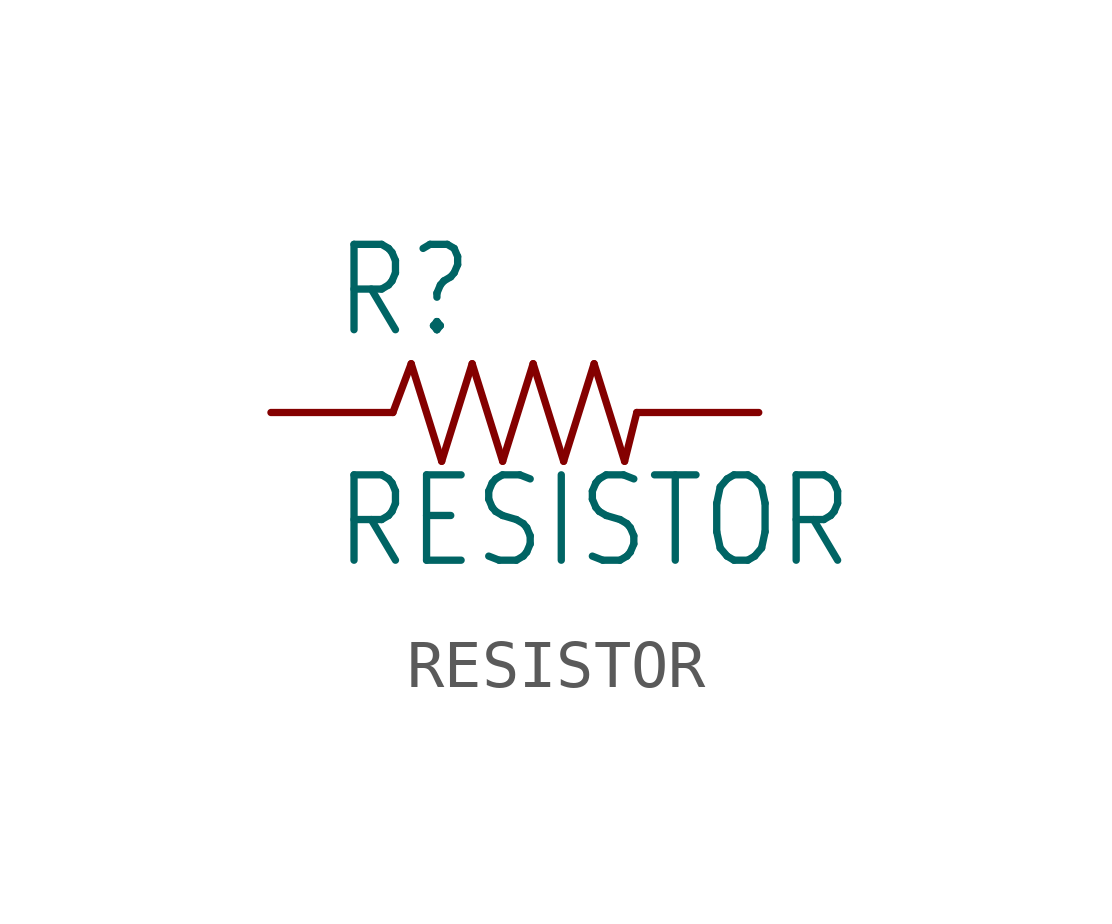
<source format=kicad_sym>
(kicad_symbol_lib
  (version 20220331)
  (generator kicad_symbol_editor)
  (symbol "RESISTOR"
    (property "Reference" "R"
      (at -3.81 1.499 0)
      (effects (font (size 1.778 1.511)) (justify left bottom)))
    (property "Value" "RESISTOR"
      (at -3.81 -3.302 0)
      (effects (font (size 1.778 1.511)) (justify left bottom)))
    (property "ki_locked" ""
      (at 0 0 0)
      (effects (font (size 1.27 1.27))))
    (symbol "RESISTOR_1_0"
      (polyline (pts (xy -2.54 0) (xy -2.159 1.016)) (stroke (width 0.152) (type solid)) (fill (type none)))
      (polyline (pts (xy -2.159 1.016) (xy -1.524 -1.016)) (stroke (width 0.152) (type solid)) (fill (type none)))
      (polyline (pts (xy -1.524 -1.016) (xy -0.889 1.016)) (stroke (width 0.152) (type solid)) (fill (type none)))
      (polyline (pts (xy -0.889 1.016) (xy -0.254 -1.016)) (stroke (width 0.152) (type solid)) (fill (type none)))
      (polyline (pts (xy -0.254 -1.016) (xy 0.381 1.016)) (stroke (width 0.152) (type solid)) (fill (type none)))
      (polyline (pts (xy 0.381 1.016) (xy 1.016 -1.016)) (stroke (width 0.152) (type solid)) (fill (type none)))
      (polyline (pts (xy 1.016 -1.016) (xy 1.651 1.016)) (stroke (width 0.152) (type solid)) (fill (type none)))
      (polyline (pts (xy 1.651 1.016) (xy 2.286 -1.016)) (stroke (width 0.152) (type solid)) (fill (type none)))
      (polyline (pts (xy 2.286 -1.016) (xy 2.54 0)) (stroke (width 0.152) (type solid)) (fill (type none)))
      (pin passive line (at -5.08 0 0) (length 2.54) (name "1" (effects (font (size 0 0)))) (number "1" (effects (font (size 0 0)))))
      (pin passive line (at 5.08 0 180) (length 2.54) (name "2" (effects (font (size 0 0)))) (number "2" (effects (font (size 0 0))))))))
</source>
